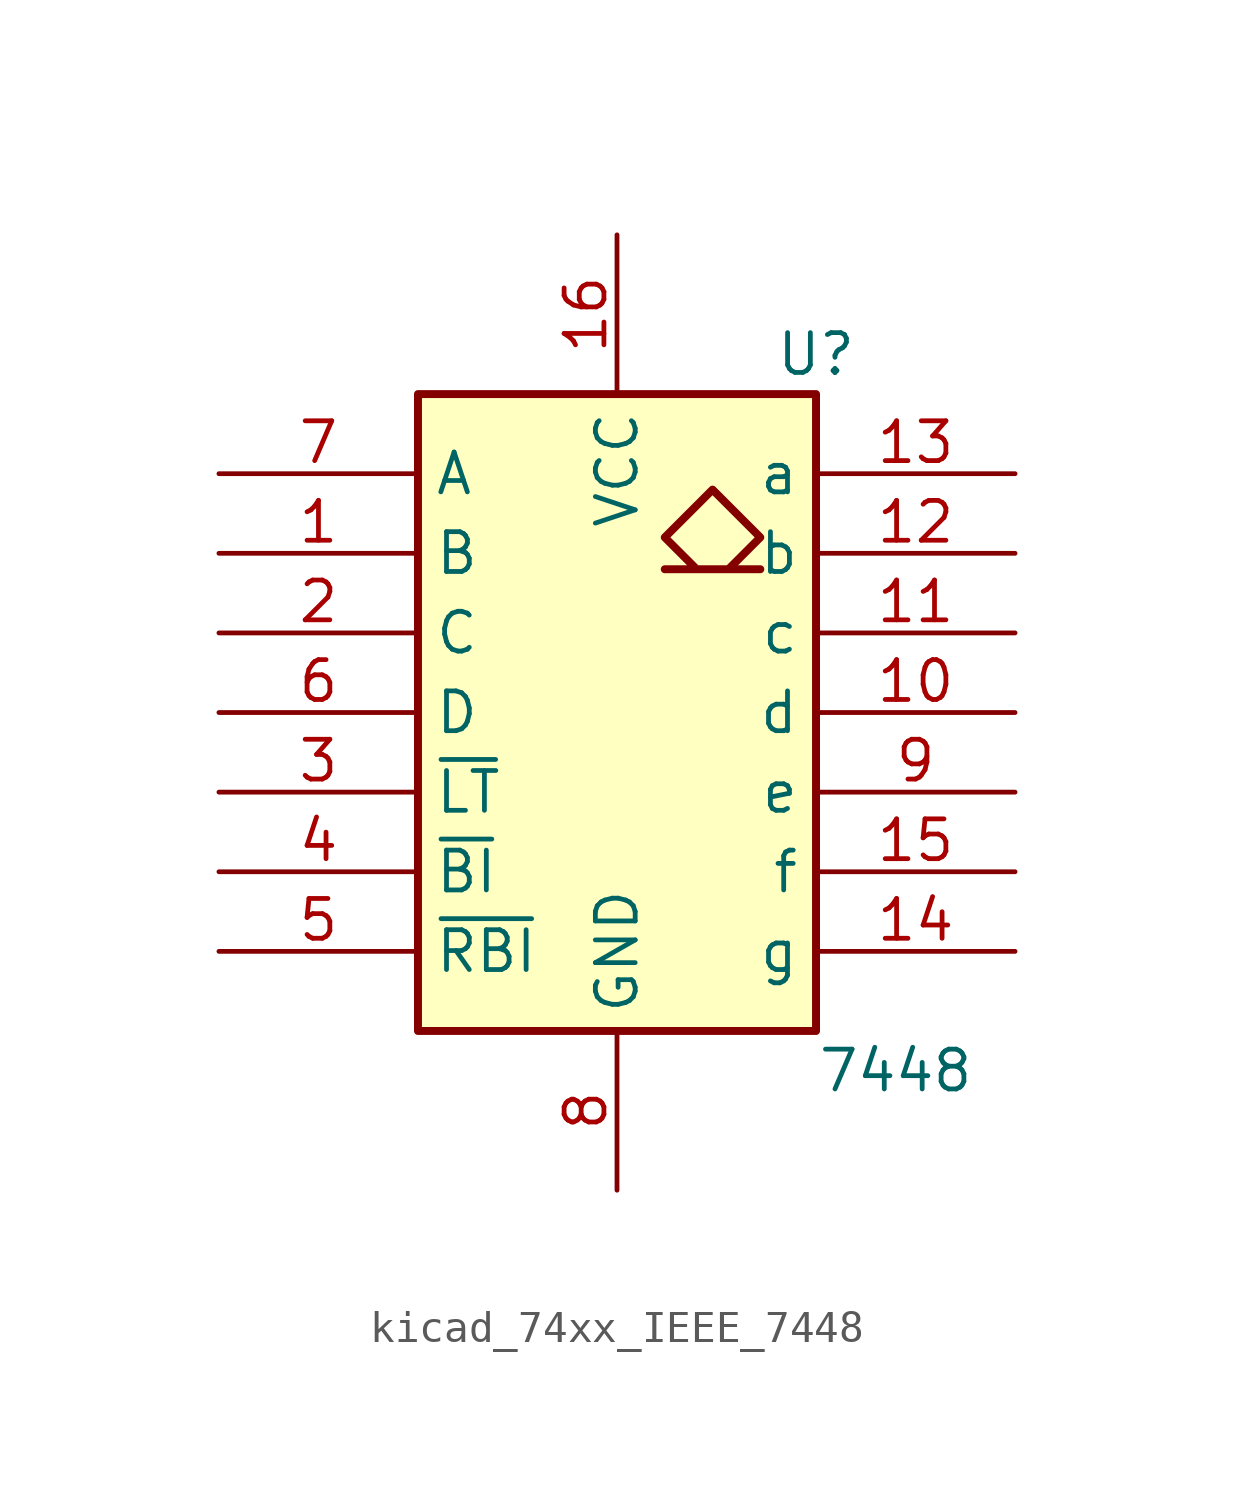
<source format=kicad_sym>
(kicad_symbol_lib
  (version 20220914)
  (generator kicad_symbol_editor)
  (symbol "kicad_74xx_IEEE_7448"
    (property "Reference" "U"
      (at 6.35 11.43 0)
      (effects (font (size 1.27 1.27))))
    (property "Value" "7448"
      (at 8.89 -11.43 0)
      (effects (font (size 1.27 1.27))))
    (symbol "kicad_74xx_IEEE_7448_0_0"
      (rectangle (start -6.35 10.16) (end 6.35 -10.16) (stroke (width 0.254) (type default)) (fill (type background)))
      (polyline (pts (xy 3.556 4.572) (xy 4.572 5.588) (xy 3.048 7.112) (xy 1.524 5.588) (xy 2.54 4.572) (xy 1.524 4.572) (xy 4.572 4.572) (xy 4.572 4.572)) (stroke (width 0.254) (type default)) (fill (type background)))
      (pin power_in line (at 0 15.24 270) (length 5.08) (name "VCC" (effects (font (size 1.27 1.27)))) (number "16" (effects (font (size 1.27 1.27)))))
      (pin power_in line (at 0 -15.24 90) (length 5.08) (name "GND" (effects (font (size 1.27 1.27)))) (number "8" (effects (font (size 1.27 1.27))))))
    (symbol "kicad_74xx_IEEE_7448_1_1"
      (pin input line (at -12.7 5.08 0) (length 6.35) (name "B" (effects (font (size 1.27 1.27)))) (number "1" (effects (font (size 1.27 1.27)))))
      (pin open_collector line (at 12.7 0 180) (length 6.35) (name "d" (effects (font (size 1.27 1.27)))) (number "10" (effects (font (size 1.27 1.27)))))
      (pin open_collector line (at 12.7 2.54 180) (length 6.35) (name "c" (effects (font (size 1.27 1.27)))) (number "11" (effects (font (size 1.27 1.27)))))
      (pin open_collector line (at 12.7 5.08 180) (length 6.35) (name "b" (effects (font (size 1.27 1.27)))) (number "12" (effects (font (size 1.27 1.27)))))
      (pin open_collector line (at 12.7 7.62 180) (length 6.35) (name "a" (effects (font (size 1.27 1.27)))) (number "13" (effects (font (size 1.27 1.27)))))
      (pin open_collector line (at 12.7 -7.62 180) (length 6.35) (name "g" (effects (font (size 1.27 1.27)))) (number "14" (effects (font (size 1.27 1.27)))))
      (pin open_collector line (at 12.7 -5.08 180) (length 6.35) (name "f" (effects (font (size 1.27 1.27)))) (number "15" (effects (font (size 1.27 1.27)))))
      (pin input line (at -12.7 2.54 0) (length 6.35) (name "C" (effects (font (size 1.27 1.27)))) (number "2" (effects (font (size 1.27 1.27)))))
      (pin input line (at -12.7 -2.54 0) (length 6.35) (name "~{LT}" (effects (font (size 1.27 1.27)))) (number "3" (effects (font (size 1.27 1.27)))))
      (pin input line (at -12.7 -5.08 0) (length 6.35) (name "~{BI}" (effects (font (size 1.27 1.27)))) (number "4" (effects (font (size 1.27 1.27)))))
      (pin input line (at -12.7 -7.62 0) (length 6.35) (name "~{RBI}" (effects (font (size 1.27 1.27)))) (number "5" (effects (font (size 1.27 1.27)))))
      (pin input line (at -12.7 0 0) (length 6.35) (name "D" (effects (font (size 1.27 1.27)))) (number "6" (effects (font (size 1.27 1.27)))))
      (pin input line (at -12.7 7.62 0) (length 6.35) (name "A" (effects (font (size 1.27 1.27)))) (number "7" (effects (font (size 1.27 1.27)))))
      (pin open_collector line (at 12.7 -2.54 180) (length 6.35) (name "e" (effects (font (size 1.27 1.27)))) (number "9" (effects (font (size 1.27 1.27))))))))
</source>
